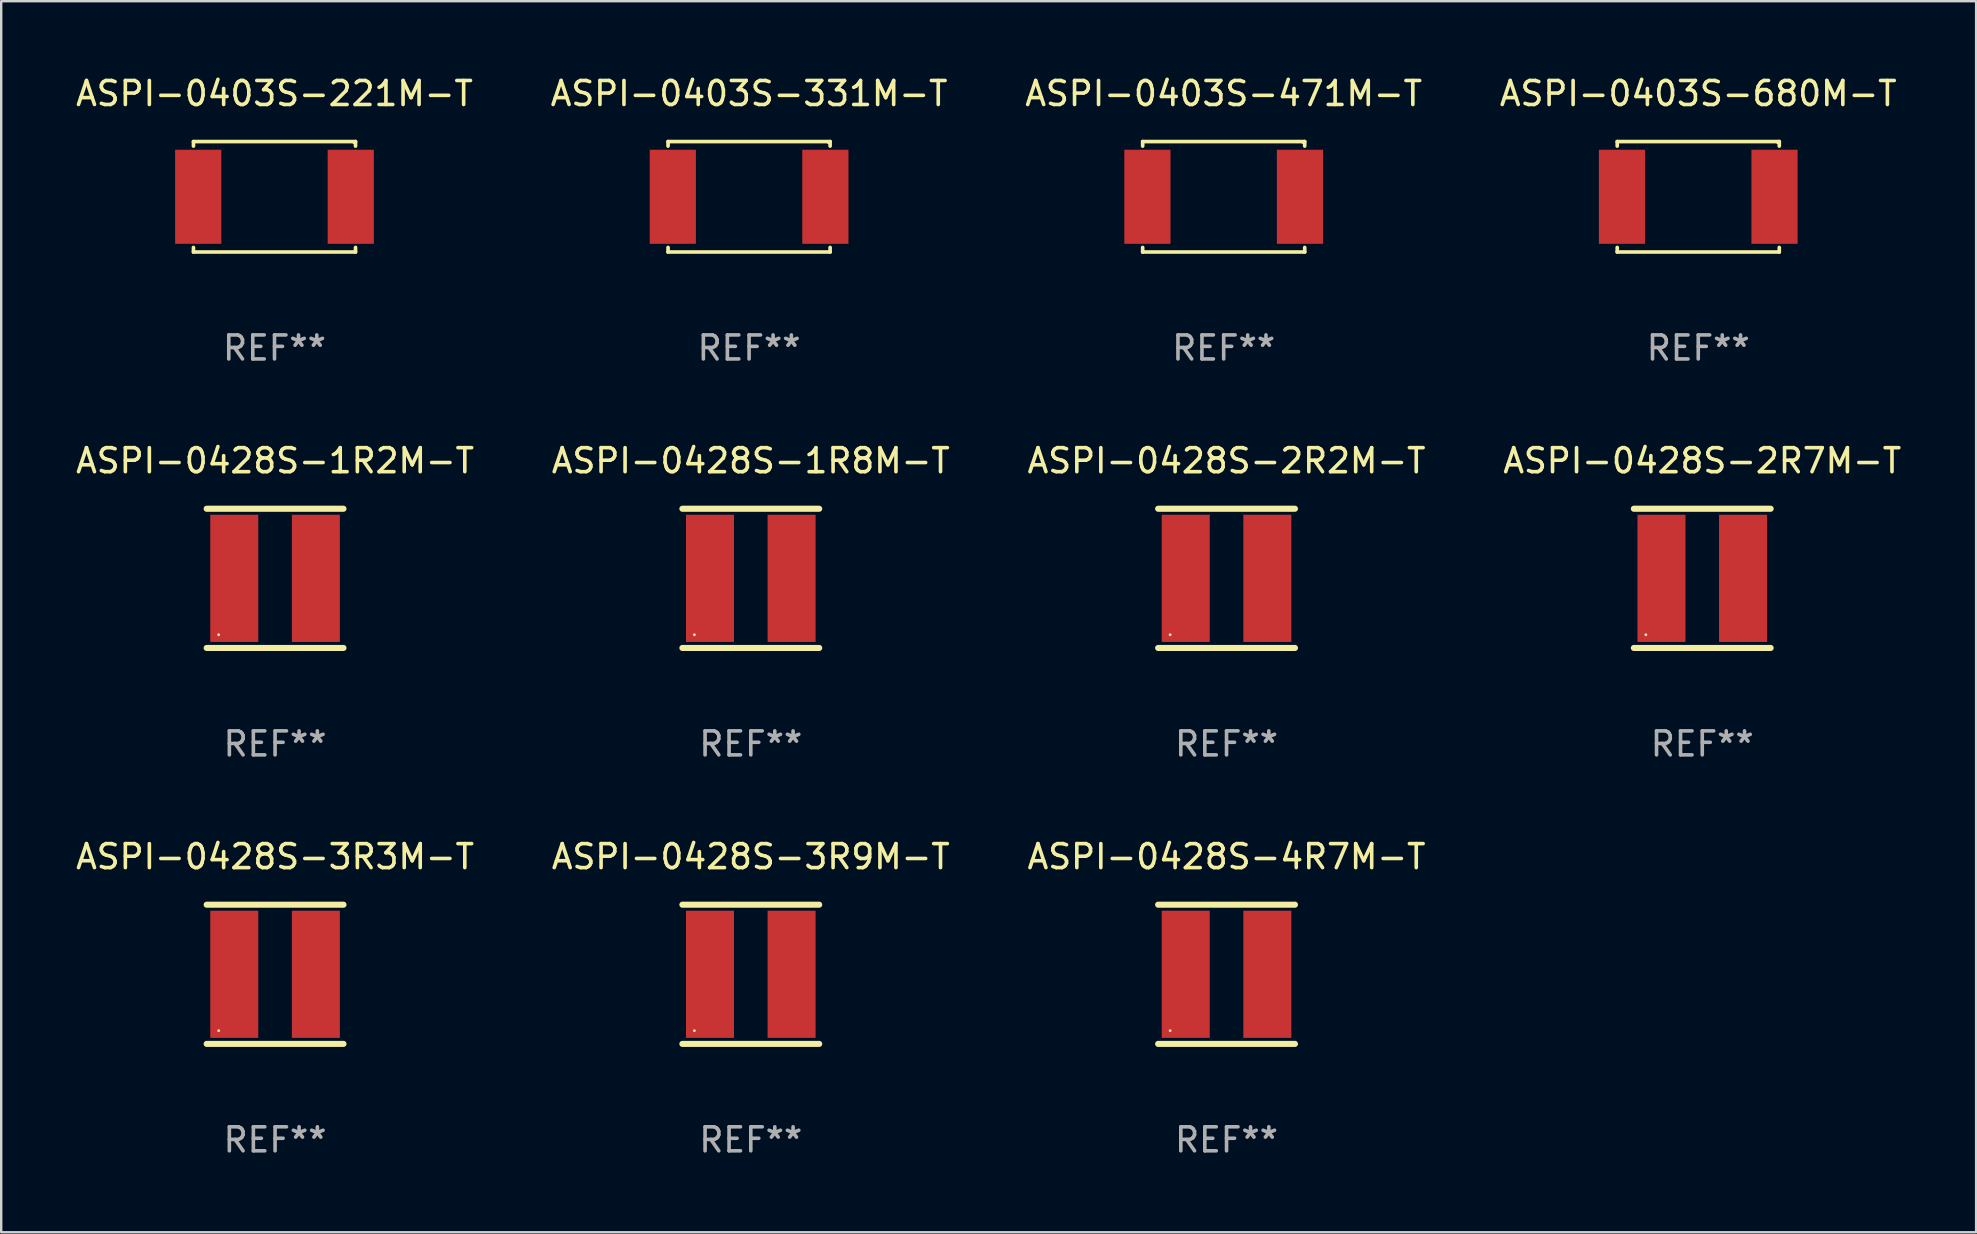
<source format=kicad_pcb>
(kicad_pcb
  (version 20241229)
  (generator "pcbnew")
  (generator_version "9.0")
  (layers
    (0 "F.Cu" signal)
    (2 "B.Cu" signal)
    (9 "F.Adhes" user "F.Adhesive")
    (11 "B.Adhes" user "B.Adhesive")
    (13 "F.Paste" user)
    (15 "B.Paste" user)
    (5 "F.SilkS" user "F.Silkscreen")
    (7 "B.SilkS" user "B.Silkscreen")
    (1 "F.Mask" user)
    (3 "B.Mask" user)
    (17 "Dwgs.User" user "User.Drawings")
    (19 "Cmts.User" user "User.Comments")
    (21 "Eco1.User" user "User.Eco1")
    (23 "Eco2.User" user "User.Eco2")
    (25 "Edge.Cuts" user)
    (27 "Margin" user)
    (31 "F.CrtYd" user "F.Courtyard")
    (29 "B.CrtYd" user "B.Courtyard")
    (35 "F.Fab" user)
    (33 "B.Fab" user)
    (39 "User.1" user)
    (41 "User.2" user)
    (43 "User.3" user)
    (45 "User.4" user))
  (footprint "ASPI-0403S-331M-T"
    (layer "F.Cu")
    (at 28.161 5.149)
    (property "Reference" "ASPI-0403S-331M-T" (at 0 -4.301 0) (layer "F.SilkS") (effects (font (size 1 1) (thickness 0.15))))
    (attr through_hole)
    (fp_line (start -3.376 -2.301) (end 3.376 -2.301) (stroke (width 0.152) (type solid)) (layer "F.SilkS"))
    (fp_line (start -3.376 -2.112) (end -3.376 -2.301) (stroke (width 0.152) (type solid)) (layer "F.SilkS"))
    (fp_line (start -3.376 2.112) (end -3.376 2.301) (stroke (width 0.152) (type solid)) (layer "F.SilkS"))
    (fp_line (start -3.376 2.301) (end 3.376 2.301) (stroke (width 0.152) (type solid)) (layer "F.SilkS"))
    (fp_line (start 3.376 -2.301) (end 3.376 -2.112) (stroke (width 0.152) (type solid)) (layer "F.SilkS"))
    (fp_line (start 3.376 2.301) (end 3.376 2.112) (stroke (width 0.152) (type solid)) (layer "F.SilkS"))
    (fp_circle (center 3.31 -2.25) (end 3.34 -2.25) (stroke (width 0.06) (type solid)) (fill no) (layer "F.SilkS"))
    (fp_text user "REF**" (at 0 6.301 0) (layer "F.Fab") (effects (font (size 1 1) (thickness 0.15))))
    (pad "1" smd rect (at 3.178 0) (size 1.924 3.92) (layers "F.Cu" "F.Mask" "F.Paste"))
    (pad "2" smd rect (at -3.178 0) (size 1.924 3.92) (layers "F.Cu" "F.Mask" "F.Paste")))
  (footprint "ASPI-0428S-1R8M-T"
    (layer "F.Cu")
    (at 28.232 21.047)
    (property "Reference" "ASPI-0428S-1R8M-T" (at 0 -4.9 0) (layer "F.SilkS") (effects (font (size 1 1) (thickness 0.15))))
    (attr through_hole)
    (fp_line (start -2.85 -2.9) (end 2.85 -2.9) (stroke (width 0.254) (type solid)) (layer "F.SilkS"))
    (fp_line (start -2.85 2.9) (end 2.85 2.9) (stroke (width 0.254) (type solid)) (layer "F.SilkS"))
    (fp_circle (center -2.35 2.35) (end -2.32 2.35) (stroke (width 0.06) (type solid)) (fill no) (layer "F.SilkS"))
    (fp_text user "REF**" (at 0 6.9 0) (layer "F.Fab") (effects (font (size 1 1) (thickness 0.15))))
    (pad "1" smd rect (at -1.7 0) (size 2 5.3) (layers "F.Cu" "F.Mask" "F.Paste"))
    (pad "2" smd rect (at 1.7 0) (size 2 5.3) (layers "F.Cu" "F.Mask" "F.Paste")))
  (footprint "ASPI-0403S-221M-T"
    (layer "F.Cu")
    (at 8.387 5.149)
    (property "Reference" "ASPI-0403S-221M-T" (at 0 -4.301 0) (layer "F.SilkS") (effects (font (size 1 1) (thickness 0.15))))
    (attr through_hole)
    (fp_line (start -3.376 -2.301) (end 3.376 -2.301) (stroke (width 0.152) (type solid)) (layer "F.SilkS"))
    (fp_line (start -3.376 -2.112) (end -3.376 -2.301) (stroke (width 0.152) (type solid)) (layer "F.SilkS"))
    (fp_line (start -3.376 2.112) (end -3.376 2.301) (stroke (width 0.152) (type solid)) (layer "F.SilkS"))
    (fp_line (start -3.376 2.301) (end 3.376 2.301) (stroke (width 0.152) (type solid)) (layer "F.SilkS"))
    (fp_line (start 3.376 -2.301) (end 3.376 -2.112) (stroke (width 0.152) (type solid)) (layer "F.SilkS"))
    (fp_line (start 3.376 2.301) (end 3.376 2.112) (stroke (width 0.152) (type solid)) (layer "F.SilkS"))
    (fp_circle (center 3.31 -2.25) (end 3.34 -2.25) (stroke (width 0.06) (type solid)) (fill no) (layer "F.SilkS"))
    (fp_text user "REF**" (at 0 6.301 0) (layer "F.Fab") (effects (font (size 1 1) (thickness 0.15))))
    (pad "1" smd rect (at 3.178 0) (size 1.924 3.92) (layers "F.Cu" "F.Mask" "F.Paste"))
    (pad "2" smd rect (at -3.178 0) (size 1.924 3.92) (layers "F.Cu" "F.Mask" "F.Paste")))
  (footprint "ASPI-0428S-2R7M-T"
    (layer "F.Cu")
    (at 67.875 21.047)
    (property "Reference" "ASPI-0428S-2R7M-T" (at 0 -4.9 0) (layer "F.SilkS") (effects (font (size 1 1) (thickness 0.15))))
    (attr through_hole)
    (fp_line (start -2.85 -2.9) (end 2.85 -2.9) (stroke (width 0.254) (type solid)) (layer "F.SilkS"))
    (fp_line (start -2.85 2.9) (end 2.85 2.9) (stroke (width 0.254) (type solid)) (layer "F.SilkS"))
    (fp_circle (center -2.35 2.35) (end -2.32 2.35) (stroke (width 0.06) (type solid)) (fill no) (layer "F.SilkS"))
    (fp_text user "REF**" (at 0 6.9 0) (layer "F.Fab") (effects (font (size 1 1) (thickness 0.15))))
    (pad "1" smd rect (at -1.7 0) (size 2 5.3) (layers "F.Cu" "F.Mask" "F.Paste"))
    (pad "2" smd rect (at 1.7 0) (size 2 5.3) (layers "F.Cu" "F.Mask" "F.Paste")))
  (footprint "ASPI-0403S-680M-T"
    (layer "F.Cu")
    (at 67.708 5.149)
    (property "Reference" "ASPI-0403S-680M-T" (at 0 -4.301 0) (layer "F.SilkS") (effects (font (size 1 1) (thickness 0.15))))
    (attr through_hole)
    (fp_line (start -3.376 -2.301) (end 3.376 -2.301) (stroke (width 0.152) (type solid)) (layer "F.SilkS"))
    (fp_line (start -3.376 -2.112) (end -3.376 -2.301) (stroke (width 0.152) (type solid)) (layer "F.SilkS"))
    (fp_line (start -3.376 2.112) (end -3.376 2.301) (stroke (width 0.152) (type solid)) (layer "F.SilkS"))
    (fp_line (start -3.376 2.301) (end 3.376 2.301) (stroke (width 0.152) (type solid)) (layer "F.SilkS"))
    (fp_line (start 3.376 -2.301) (end 3.376 -2.112) (stroke (width 0.152) (type solid)) (layer "F.SilkS"))
    (fp_line (start 3.376 2.301) (end 3.376 2.112) (stroke (width 0.152) (type solid)) (layer "F.SilkS"))
    (fp_circle (center 3.31 -2.25) (end 3.34 -2.25) (stroke (width 0.06) (type solid)) (fill no) (layer "F.SilkS"))
    (fp_text user "REF**" (at 0 6.301 0) (layer "F.Fab") (effects (font (size 1 1) (thickness 0.15))))
    (pad "1" smd rect (at 3.178 0) (size 1.924 3.92) (layers "F.Cu" "F.Mask" "F.Paste"))
    (pad "2" smd rect (at -3.178 0) (size 1.924 3.92) (layers "F.Cu" "F.Mask" "F.Paste")))
  (footprint "ASPI-0428S-2R2M-T"
    (layer "F.Cu")
    (at 48.054 21.047)
    (property "Reference" "ASPI-0428S-2R2M-T" (at 0 -4.9 0) (layer "F.SilkS") (effects (font (size 1 1) (thickness 0.15))))
    (attr through_hole)
    (fp_line (start -2.85 -2.9) (end 2.85 -2.9) (stroke (width 0.254) (type solid)) (layer "F.SilkS"))
    (fp_line (start -2.85 2.9) (end 2.85 2.9) (stroke (width 0.254) (type solid)) (layer "F.SilkS"))
    (fp_circle (center -2.35 2.35) (end -2.32 2.35) (stroke (width 0.06) (type solid)) (fill no) (layer "F.SilkS"))
    (fp_text user "REF**" (at 0 6.9 0) (layer "F.Fab") (effects (font (size 1 1) (thickness 0.15))))
    (pad "1" smd rect (at -1.7 0) (size 2 5.3) (layers "F.Cu" "F.Mask" "F.Paste"))
    (pad "2" smd rect (at 1.7 0) (size 2 5.3) (layers "F.Cu" "F.Mask" "F.Paste")))
  (footprint "ASPI-0428S-1R2M-T"
    (layer "F.Cu")
    (at 8.411 21.047)
    (property "Reference" "ASPI-0428S-1R2M-T" (at 0 -4.9 0) (layer "F.SilkS") (effects (font (size 1 1) (thickness 0.15))))
    (attr through_hole)
    (fp_line (start -2.85 -2.9) (end 2.85 -2.9) (stroke (width 0.254) (type solid)) (layer "F.SilkS"))
    (fp_line (start -2.85 2.9) (end 2.85 2.9) (stroke (width 0.254) (type solid)) (layer "F.SilkS"))
    (fp_circle (center -2.35 2.35) (end -2.32 2.35) (stroke (width 0.06) (type solid)) (fill no) (layer "F.SilkS"))
    (fp_text user "REF**" (at 0 6.9 0) (layer "F.Fab") (effects (font (size 1 1) (thickness 0.15))))
    (pad "1" smd rect (at -1.7 0) (size 2 5.3) (layers "F.Cu" "F.Mask" "F.Paste"))
    (pad "2" smd rect (at 1.7 0) (size 2 5.3) (layers "F.Cu" "F.Mask" "F.Paste")))
  (footprint "ASPI-0428S-4R7M-T"
    (layer "F.Cu")
    (at 48.054 37.544)
    (property "Reference" "ASPI-0428S-4R7M-T" (at 0 -4.9 0) (layer "F.SilkS") (effects (font (size 1 1) (thickness 0.15))))
    (attr through_hole)
    (fp_line (start -2.85 -2.9) (end 2.85 -2.9) (stroke (width 0.254) (type solid)) (layer "F.SilkS"))
    (fp_line (start -2.85 2.9) (end 2.85 2.9) (stroke (width 0.254) (type solid)) (layer "F.SilkS"))
    (fp_circle (center -2.35 2.35) (end -2.32 2.35) (stroke (width 0.06) (type solid)) (fill no) (layer "F.SilkS"))
    (fp_text user "REF**" (at 0 6.9 0) (layer "F.Fab") (effects (font (size 1 1) (thickness 0.15))))
    (pad "1" smd rect (at -1.7 0) (size 2 5.3) (layers "F.Cu" "F.Mask" "F.Paste"))
    (pad "2" smd rect (at 1.7 0) (size 2 5.3) (layers "F.Cu" "F.Mask" "F.Paste")))
  (footprint "ASPI-0403S-471M-T"
    (layer "F.Cu")
    (at 47.935 5.149)
    (property "Reference" "ASPI-0403S-471M-T" (at 0 -4.301 0) (layer "F.SilkS") (effects (font (size 1 1) (thickness 0.15))))
    (attr through_hole)
    (fp_line (start -3.376 -2.301) (end 3.376 -2.301) (stroke (width 0.152) (type solid)) (layer "F.SilkS"))
    (fp_line (start -3.376 -2.112) (end -3.376 -2.301) (stroke (width 0.152) (type solid)) (layer "F.SilkS"))
    (fp_line (start -3.376 2.112) (end -3.376 2.301) (stroke (width 0.152) (type solid)) (layer "F.SilkS"))
    (fp_line (start -3.376 2.301) (end 3.376 2.301) (stroke (width 0.152) (type solid)) (layer "F.SilkS"))
    (fp_line (start 3.376 -2.301) (end 3.376 -2.112) (stroke (width 0.152) (type solid)) (layer "F.SilkS"))
    (fp_line (start 3.376 2.301) (end 3.376 2.112) (stroke (width 0.152) (type solid)) (layer "F.SilkS"))
    (fp_circle (center 3.31 -2.25) (end 3.34 -2.25) (stroke (width 0.06) (type solid)) (fill no) (layer "F.SilkS"))
    (fp_text user "REF**" (at 0 6.301 0) (layer "F.Fab") (effects (font (size 1 1) (thickness 0.15))))
    (pad "1" smd rect (at 3.178 0) (size 1.924 3.92) (layers "F.Cu" "F.Mask" "F.Paste"))
    (pad "2" smd rect (at -3.178 0) (size 1.924 3.92) (layers "F.Cu" "F.Mask" "F.Paste")))
  (footprint "ASPI-0428S-3R3M-T"
    (layer "F.Cu")
    (at 8.411 37.544)
    (property "Reference" "ASPI-0428S-3R3M-T" (at 0 -4.9 0) (layer "F.SilkS") (effects (font (size 1 1) (thickness 0.15))))
    (attr through_hole)
    (fp_line (start -2.85 -2.9) (end 2.85 -2.9) (stroke (width 0.254) (type solid)) (layer "F.SilkS"))
    (fp_line (start -2.85 2.9) (end 2.85 2.9) (stroke (width 0.254) (type solid)) (layer "F.SilkS"))
    (fp_circle (center -2.35 2.35) (end -2.32 2.35) (stroke (width 0.06) (type solid)) (fill no) (layer "F.SilkS"))
    (fp_text user "REF**" (at 0 6.9 0) (layer "F.Fab") (effects (font (size 1 1) (thickness 0.15))))
    (pad "1" smd rect (at -1.7 0) (size 2 5.3) (layers "F.Cu" "F.Mask" "F.Paste"))
    (pad "2" smd rect (at 1.7 0) (size 2 5.3) (layers "F.Cu" "F.Mask" "F.Paste")))
  (footprint "ASPI-0428S-3R9M-T"
    (layer "F.Cu")
    (at 28.232 37.544)
    (property "Reference" "ASPI-0428S-3R9M-T" (at 0 -4.9 0) (layer "F.SilkS") (effects (font (size 1 1) (thickness 0.15))))
    (attr through_hole)
    (fp_line (start -2.85 -2.9) (end 2.85 -2.9) (stroke (width 0.254) (type solid)) (layer "F.SilkS"))
    (fp_line (start -2.85 2.9) (end 2.85 2.9) (stroke (width 0.254) (type solid)) (layer "F.SilkS"))
    (fp_circle (center -2.35 2.35) (end -2.32 2.35) (stroke (width 0.06) (type solid)) (fill no) (layer "F.SilkS"))
    (fp_text user "REF**" (at 0 6.9 0) (layer "F.Fab") (effects (font (size 1 1) (thickness 0.15))))
    (pad "1" smd rect (at -1.7 0) (size 2 5.3) (layers "F.Cu" "F.Mask" "F.Paste"))
    (pad "2" smd rect (at 1.7 0) (size 2 5.3) (layers "F.Cu" "F.Mask" "F.Paste")))
  (gr_rect
    (start -3 -3)
    (end 79.286 48.292)
    (stroke (width 0.1) (type default))
    (fill no)
    (layer "Edge.Cuts")))
</source>
